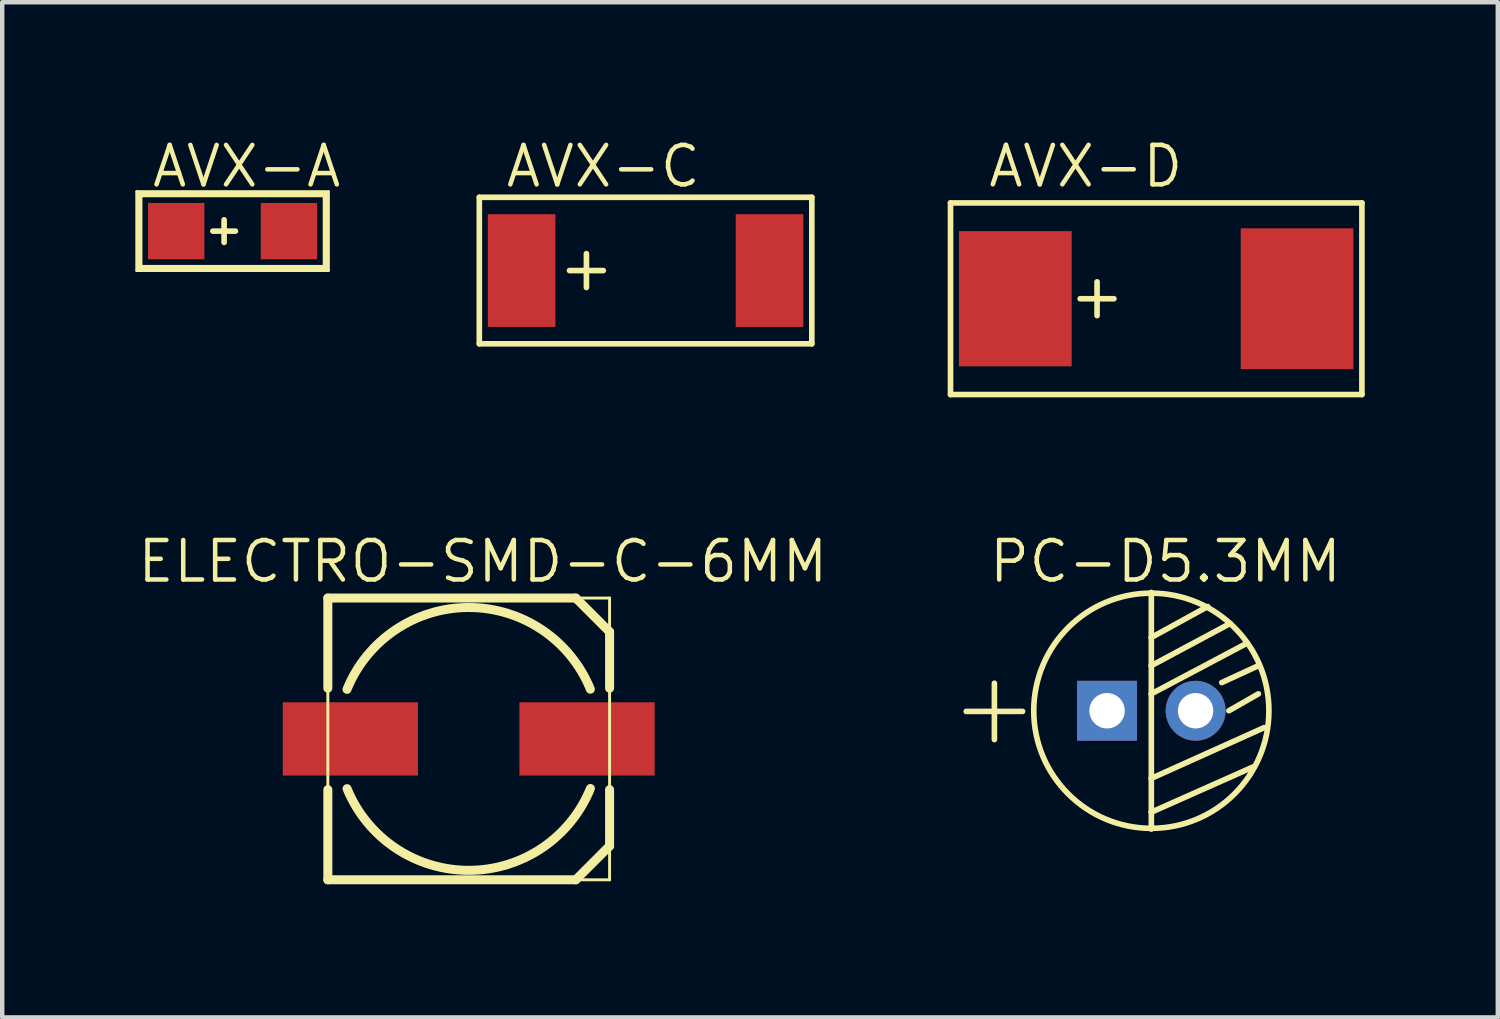
<source format=kicad_pcb>
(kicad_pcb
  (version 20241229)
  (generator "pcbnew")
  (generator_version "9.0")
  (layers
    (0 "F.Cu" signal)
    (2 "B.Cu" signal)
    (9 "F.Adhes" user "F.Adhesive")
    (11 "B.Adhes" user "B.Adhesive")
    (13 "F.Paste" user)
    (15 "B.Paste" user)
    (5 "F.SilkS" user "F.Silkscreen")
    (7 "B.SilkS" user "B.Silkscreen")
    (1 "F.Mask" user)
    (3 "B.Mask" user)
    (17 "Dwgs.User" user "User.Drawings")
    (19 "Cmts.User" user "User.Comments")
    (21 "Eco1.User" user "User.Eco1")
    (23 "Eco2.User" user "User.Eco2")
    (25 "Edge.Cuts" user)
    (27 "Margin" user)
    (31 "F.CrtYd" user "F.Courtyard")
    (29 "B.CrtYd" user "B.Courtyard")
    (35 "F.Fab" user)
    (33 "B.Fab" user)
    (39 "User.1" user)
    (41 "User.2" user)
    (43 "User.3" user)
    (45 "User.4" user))
  (footprint "AVX-C"
    (layer "F.Cu")
    (at 11.5 3.048)
    (property "Reference" "AVX-C" (at -0.953 -2.349 0) (layer "F.SilkS") (effects (font (size 0.889 0.889) (thickness 0.102))))
    (attr smd)
    (fp_line (start -3.747 -1.651) (end 3.747 -1.651) (stroke (width 0.066) (type solid)) (layer "F.SilkS"))
    (fp_line (start -3.747 -1.651) (end 3.747 -1.651) (stroke (width 0.127) (type solid)) (layer "F.SilkS"))
    (fp_line (start -3.747 1.651) (end -3.747 -1.651) (stroke (width 0.066) (type solid)) (layer "F.SilkS"))
    (fp_line (start -3.747 1.651) (end -3.747 -1.651) (stroke (width 0.127) (type solid)) (layer "F.SilkS"))
    (fp_line (start -3.747 1.651) (end 3.747 1.651) (stroke (width 0.066) (type solid)) (layer "F.SilkS"))
    (fp_line (start -1.714 0) (end -0.953 0) (stroke (width 0.127) (type solid)) (layer "F.SilkS"))
    (fp_line (start -1.333 0.381) (end -1.333 -0.381) (stroke (width 0.127) (type solid)) (layer "F.SilkS"))
    (fp_line (start 3.747 -1.651) (end 3.747 1.651) (stroke (width 0.127) (type solid)) (layer "F.SilkS"))
    (fp_line (start 3.747 1.651) (end -3.747 1.651) (stroke (width 0.127) (type solid)) (layer "F.SilkS"))
    (fp_line (start 3.747 1.651) (end 3.747 -1.651) (stroke (width 0.066) (type solid)) (layer "F.SilkS"))
    (pad "1" smd rect (at -2.794 0 90) (size 2.54 1.524) (layers "F.Cu" "F.Mask" "F.Paste"))
    (pad "2" smd rect (at 2.794 0 90) (size 2.54 1.524) (layers "F.Cu" "F.Mask" "F.Paste")))
  (footprint "AVX-D"
    (layer "F.Cu")
    (at 23.009 3.683)
    (property "Reference" "AVX-D" (at -1.587 -2.985 0) (layer "F.SilkS") (effects (font (size 0.889 0.889) (thickness 0.102))))
    (attr smd)
    (fp_line (start -4.636 -2.159) (end 4.636 -2.159) (stroke (width 0.066) (type solid)) (layer "F.SilkS"))
    (fp_line (start -4.636 -2.159) (end 4.636 -2.159) (stroke (width 0.127) (type solid)) (layer "F.SilkS"))
    (fp_line (start -4.636 2.159) (end -4.636 -2.159) (stroke (width 0.066) (type solid)) (layer "F.SilkS"))
    (fp_line (start -4.636 2.159) (end -4.636 -2.159) (stroke (width 0.127) (type solid)) (layer "F.SilkS"))
    (fp_line (start -4.636 2.159) (end 4.636 2.159) (stroke (width 0.066) (type solid)) (layer "F.SilkS"))
    (fp_line (start -1.714 0) (end -0.953 0) (stroke (width 0.127) (type solid)) (layer "F.SilkS"))
    (fp_line (start -1.333 0.381) (end -1.333 -0.381) (stroke (width 0.127) (type solid)) (layer "F.SilkS"))
    (fp_line (start 4.636 -2.159) (end 4.636 2.159) (stroke (width 0.127) (type solid)) (layer "F.SilkS"))
    (fp_line (start 4.636 2.159) (end -4.636 2.159) (stroke (width 0.127) (type solid)) (layer "F.SilkS"))
    (fp_line (start 4.636 2.159) (end 4.636 -2.159) (stroke (width 0.066) (type solid)) (layer "F.SilkS"))
    (pad "1" smd rect (at -3.175 0) (size 2.54 3.048) (layers "F.Cu" "F.Mask" "F.Paste"))
    (pad "2" smd rect (at 3.175 0 180) (size 2.54 3.175) (layers "F.Cu" "F.Mask" "F.Paste")))
  (footprint "AVX-A"
    (layer "F.Cu")
    (at 2.192 2.159)
    (property "Reference" "AVX-A" (at 0.318 -1.46 0) (layer "F.SilkS") (effects (font (size 0.889 0.889) (thickness 0.102))))
    (attr smd)
    (fp_line (start -2.159 -0.889) (end 2.159 -0.889) (stroke (width 0.066) (type solid)) (layer "F.SilkS"))
    (fp_line (start -2.159 0.889) (end -2.159 -0.889) (stroke (width 0.066) (type solid)) (layer "F.SilkS"))
    (fp_line (start -2.159 0.889) (end 2.159 0.889) (stroke (width 0.066) (type solid)) (layer "F.SilkS"))
    (fp_line (start -2.095 -0.826) (end 2.095 -0.826) (stroke (width 0.127) (type solid)) (layer "F.SilkS"))
    (fp_line (start -2.095 0.826) (end -2.095 -0.826) (stroke (width 0.127) (type solid)) (layer "F.SilkS"))
    (fp_line (start -0.445 0) (end 0.064 0) (stroke (width 0.127) (type solid)) (layer "F.SilkS"))
    (fp_line (start -0.191 0.254) (end -0.191 -0.254) (stroke (width 0.127) (type solid)) (layer "F.SilkS"))
    (fp_line (start 2.095 -0.826) (end 2.095 0.826) (stroke (width 0.127) (type solid)) (layer "F.SilkS"))
    (fp_line (start 2.095 0.826) (end -2.095 0.826) (stroke (width 0.127) (type solid)) (layer "F.SilkS"))
    (fp_line (start 2.159 0.889) (end 2.159 -0.889) (stroke (width 0.066) (type solid)) (layer "F.SilkS"))
    (pad "1" smd rect (at -1.27 0) (size 1.27 1.27) (layers "F.Cu" "F.Mask" "F.Paste"))
    (pad "2" smd rect (at 1.27 0 180) (size 1.27 1.27) (layers "F.Cu" "F.Mask" "F.Paste")))
  (footprint "ELECTRO-SMD-C-6MM"
    (layer "F.Cu")
    (at 7.514 13.604)
    (property "Reference" "ELECTRO-SMD-C-6MM" (at 0.318 -4 0) (layer "F.SilkS") (effects (font (size 0.889 0.889) (thickness 0.102))))
    (attr smd)
    (fp_line (start -3.175 -3.175) (end -3.175 -1.143) (stroke (width 0.203) (type solid)) (layer "F.SilkS"))
    (fp_line (start -3.175 -3.175) (end 2.413 -3.175) (stroke (width 0.203) (type solid)) (layer "F.SilkS"))
    (fp_line (start -3.175 -3.175) (end 3.175 -3.175) (stroke (width 0.066) (type solid)) (layer "F.SilkS"))
    (fp_line (start -3.175 3.175) (end -3.175 -3.175) (stroke (width 0.066) (type solid)) (layer "F.SilkS"))
    (fp_line (start -3.175 3.175) (end -3.175 1.143) (stroke (width 0.203) (type solid)) (layer "F.SilkS"))
    (fp_line (start -3.175 3.175) (end 3.175 3.175) (stroke (width 0.066) (type solid)) (layer "F.SilkS"))
    (fp_line (start 2.413 -3.175) (end 3.175 -2.413) (stroke (width 0.203) (type solid)) (layer "F.SilkS"))
    (fp_line (start 2.413 3.175) (end -3.175 3.175) (stroke (width 0.203) (type solid)) (layer "F.SilkS"))
    (fp_line (start 3.175 -2.413) (end 3.175 -1.143) (stroke (width 0.203) (type solid)) (layer "F.SilkS"))
    (fp_line (start 3.175 2.413) (end 2.413 3.175) (stroke (width 0.203) (type solid)) (layer "F.SilkS"))
    (fp_line (start 3.175 2.413) (end 3.175 1.143) (stroke (width 0.203) (type solid)) (layer "F.SilkS"))
    (fp_line (start 3.175 3.175) (end 3.175 -3.175) (stroke (width 0.066) (type solid)) (layer "F.SilkS"))
    (fp_arc (start -2.7432 -1.1176) (mid -0.00174 -2.962123) (end 2.741885 -1.120822) (stroke (width 0.2032) (type solid)) (layer "F.SilkS"))
    (fp_arc (start 2.7432 1.1176) (mid 0.00174 2.962123) (end -2.741885 1.120822) (stroke (width 0.2032) (type solid)) (layer "F.SilkS"))
    (pad "1" smd rect (at 2.667 0) (size 3.048 1.651) (layers "F.Cu" "F.Mask" "F.Paste"))
    (pad "2" smd rect (at -2.667 0) (size 3.048 1.651) (layers "F.Cu" "F.Mask" "F.Paste")))
  (footprint "PC-D5.3MM"
    (layer "F.Cu")
    (at 22.899 12.969)
    (property "Reference" "PC-D5.3MM" (at 0.318 -3.365 0) (layer "F.SilkS") (effects (font (size 0.889 0.889) (thickness 0.102))))
    (attr exclude_from_pos_files exclude_from_bom)
    (fp_line (start -4.172 0.015) (end -3.537 0.015) (stroke (width 0.127) (type solid)) (layer "F.SilkS"))
    (fp_line (start -3.537 0.015) (end -3.537 -0.62) (stroke (width 0.127) (type solid)) (layer "F.SilkS"))
    (fp_line (start -3.537 0.015) (end -3.537 0.65) (stroke (width 0.127) (type solid)) (layer "F.SilkS"))
    (fp_line (start -2.902 0.015) (end -3.537 0.015) (stroke (width 0.127) (type solid)) (layer "F.SilkS"))
    (fp_line (start 0 -2.667) (end 0 -1.651) (stroke (width 0.127) (type solid)) (layer "F.SilkS"))
    (fp_line (start 0 -1.651) (end 0 -1.016) (stroke (width 0.127) (type solid)) (layer "F.SilkS"))
    (fp_line (start 0 -1.651) (end 1.27 -2.349) (stroke (width 0.127) (type solid)) (layer "F.SilkS"))
    (fp_line (start 0 -1.016) (end 0 -0.381) (stroke (width 0.127) (type solid)) (layer "F.SilkS"))
    (fp_line (start 0 -1.016) (end 1.778 -1.968) (stroke (width 0.127) (type solid)) (layer "F.SilkS"))
    (fp_line (start 0 -0.381) (end 0 1.524) (stroke (width 0.127) (type solid)) (layer "F.SilkS"))
    (fp_line (start 0 -0.381) (end 2.159 -1.524) (stroke (width 0.127) (type solid)) (layer "F.SilkS"))
    (fp_line (start 0 1.524) (end 0 2.286) (stroke (width 0.127) (type solid)) (layer "F.SilkS"))
    (fp_line (start 0 1.524) (end 2.54 0.381) (stroke (width 0.127) (type solid)) (layer "F.SilkS"))
    (fp_line (start 0 2.286) (end 0 2.667) (stroke (width 0.127) (type solid)) (layer "F.SilkS"))
    (fp_line (start 0 2.286) (end 2.286 1.27) (stroke (width 0.127) (type solid)) (layer "F.SilkS"))
    (fp_line (start 1.587 -0.635) (end 2.413 -1.016) (stroke (width 0.127) (type solid)) (layer "F.SilkS"))
    (fp_line (start 1.748 0) (end 2.413 -0.381) (stroke (width 0.127) (type solid)) (layer "F.SilkS"))
    (fp_circle (center 0 0) (end 2.65 0) (stroke (width 0.127) (type solid)) (fill no) (layer "F.SilkS"))
    (pad "1" thru_hole rect (at -0.998 0) (size 1.349 1.349) (drill 0.798) (layers "*.Cu" "*.Paste" "*.Mask"))
    (pad "2" thru_hole circle (at 0.998 0) (size 1.349 1.349) (drill 0.798) (layers "*.Cu" "*.Paste" "*.Mask")))
  (gr_rect
    (start -3 -3)
    (end 30.708 19.881)
    (stroke (width 0.1) (type default))
    (fill no)
    (layer "Edge.Cuts")))
</source>
